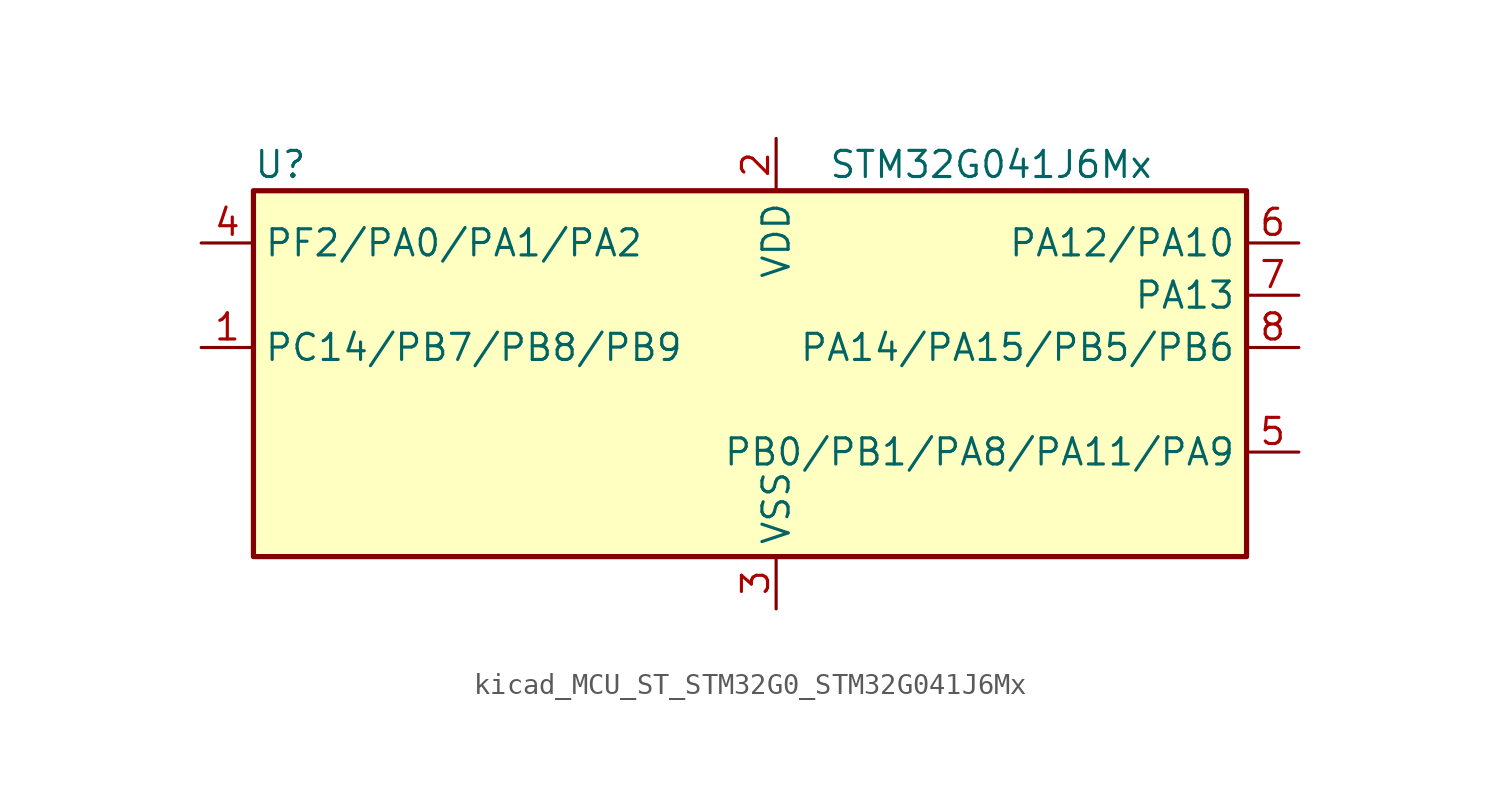
<source format=kicad_sym>
(kicad_symbol_lib
  (version 20220914)
  (generator kicad_symbol_editor)
  (symbol "kicad_MCU_ST_STM32G0_STM32G041J6Mx"
    (property "Reference" "U"
      (at -22.86 11.43 0)
      (effects (font (size 1.27 1.27)) (justify left)))
    (property "Value" "STM32G041J6Mx"
      (at 5.08 11.43 0)
      (effects (font (size 1.27 1.27)) (justify left)))
    (property "ki_locked" ""
      (at 0 0 0)
      (effects (font (size 1.27 1.27))))
    (symbol "kicad_MCU_ST_STM32G0_STM32G041J6Mx_0_1"
      (rectangle (start -22.86 -7.62) (end 25.4 10.16) (stroke (width 0.254) (type default)) (fill (type background))))
    (symbol "kicad_MCU_ST_STM32G0_STM32G041J6Mx_1_1"
      (pin bidirectional line (at -25.4 2.54 0) (length 2.54) (name "PC14/PB7/PB8/PB9" (effects (font (size 1.27 1.27)))) (number "1" (effects (font (size 1.27 1.27)))) (alternate "RCC_OSC32_IN" bidirectional line) (alternate "RCC_OSC_IN" bidirectional line) (alternate "TIM1_BK2" bidirectional line))
      (pin power_in line (at 2.54 12.7 270) (length 2.54) (name "VDD" (effects (font (size 1.27 1.27)))) (number "2" (effects (font (size 1.27 1.27)))))
      (pin power_in line (at 2.54 -10.16 90) (length 2.54) (name "VSS" (effects (font (size 1.27 1.27)))) (number "3" (effects (font (size 1.27 1.27)))))
      (pin bidirectional line (at -25.4 7.62 0) (length 2.54) (name "PF2/PA0/PA1/PA2" (effects (font (size 1.27 1.27)))) (number "4" (effects (font (size 1.27 1.27)))) (alternate "RCC_MCO" bidirectional line))
      (pin bidirectional line (at 27.94 -2.54 180) (length 2.54) (name "PB0/PB1/PA8/PA11/PA9" (effects (font (size 1.27 1.27)))) (number "5" (effects (font (size 1.27 1.27)))) (alternate "ADC1_IN8" bidirectional line) (alternate "I2S1_WS" bidirectional line) (alternate "LPTIM1_OUT" bidirectional line) (alternate "SPI1_NSS" bidirectional line) (alternate "TIM1_CH2N" bidirectional line) (alternate "TIM3_CH3" bidirectional line))
      (pin bidirectional line (at 27.94 7.62 180) (length 2.54) (name "PA12/PA10" (effects (font (size 1.27 1.27)))) (number "6" (effects (font (size 1.27 1.27)))) (alternate "ADC1_IN16" bidirectional line) (alternate "I2C2_SDA" bidirectional line) (alternate "I2S1_SD" bidirectional line) (alternate "I2S_CKIN" bidirectional line) (alternate "SPI1_MOSI" bidirectional line) (alternate "TIM1_ETR" bidirectional line) (alternate "USART1_CK" bidirectional line) (alternate "USART1_DE" bidirectional line) (alternate "USART1_RTS" bidirectional line))
      (pin bidirectional line (at 27.94 5.08 180) (length 2.54) (name "PA13" (effects (font (size 1.27 1.27)))) (number "7" (effects (font (size 1.27 1.27)))) (alternate "ADC1_IN17" bidirectional line) (alternate "IR_OUT" bidirectional line) (alternate "SYS_SWDIO" bidirectional line))
      (pin bidirectional line (at 27.94 2.54 180) (length 2.54) (name "PA14/PA15/PB5/PB6" (effects (font (size 1.27 1.27)))) (number "8" (effects (font (size 1.27 1.27)))) (alternate "ADC1_IN18" bidirectional line) (alternate "SYS_SWCLK" bidirectional line) (alternate "USART2_TX" bidirectional line)))))
</source>
